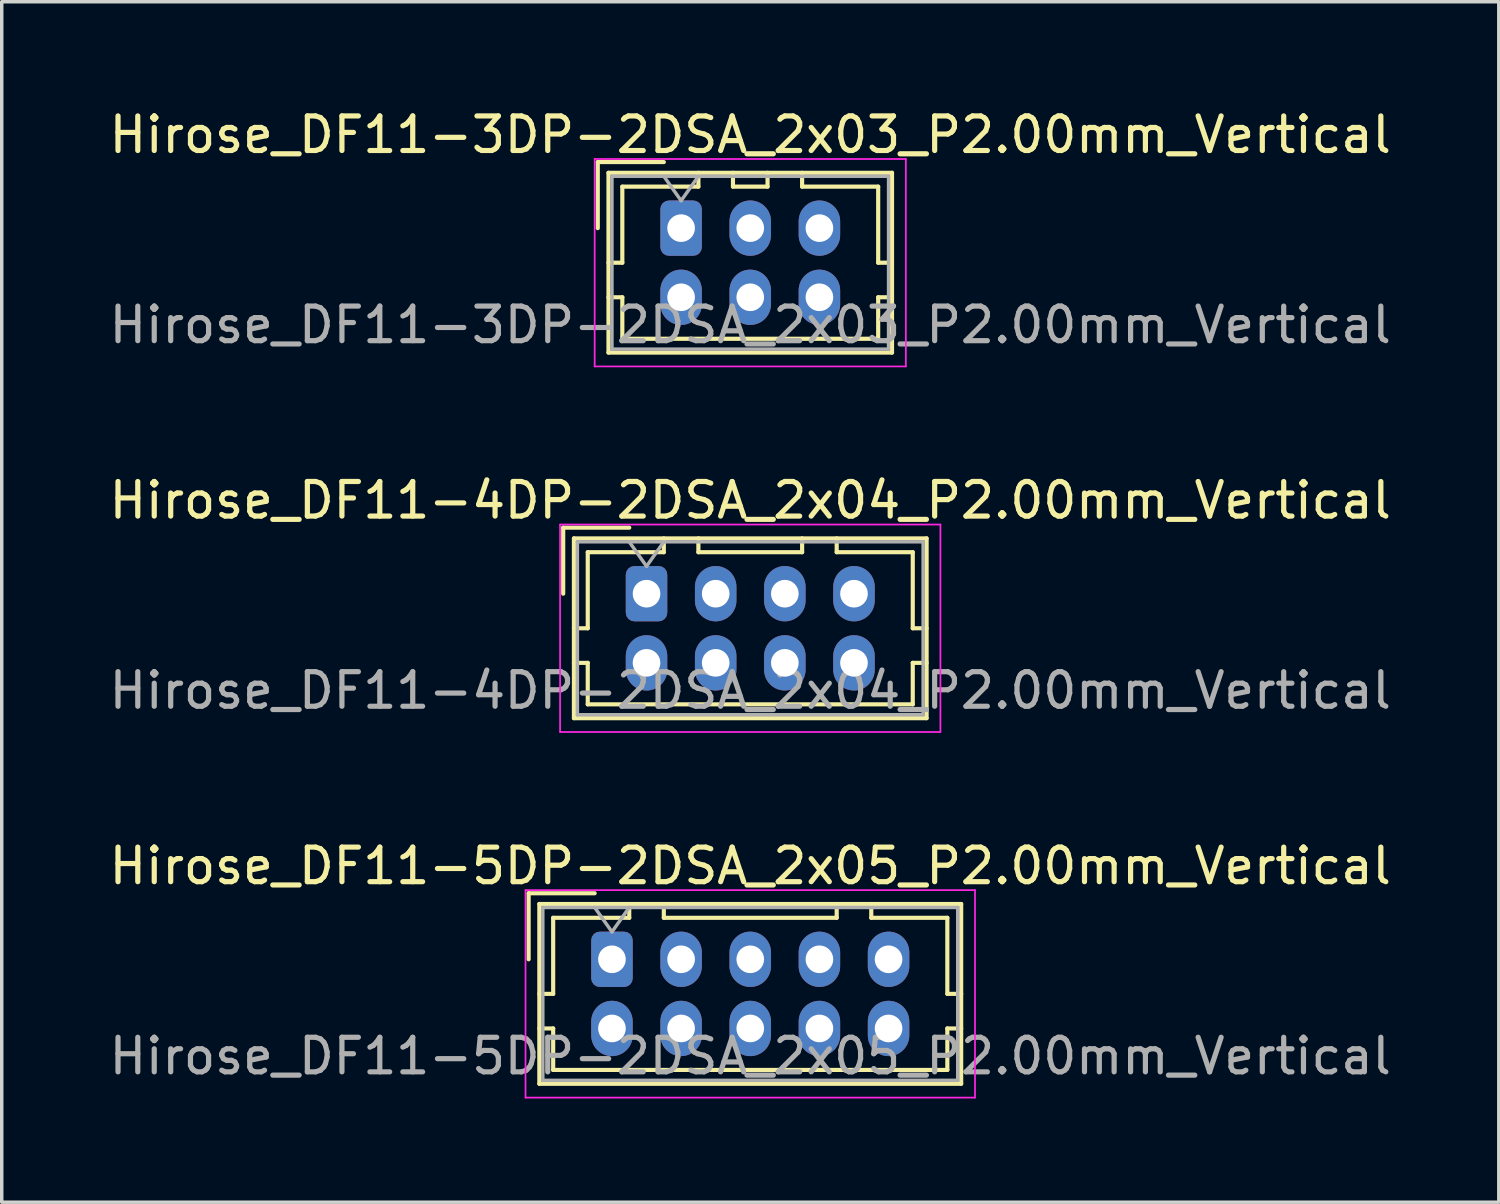
<source format=kicad_pcb>
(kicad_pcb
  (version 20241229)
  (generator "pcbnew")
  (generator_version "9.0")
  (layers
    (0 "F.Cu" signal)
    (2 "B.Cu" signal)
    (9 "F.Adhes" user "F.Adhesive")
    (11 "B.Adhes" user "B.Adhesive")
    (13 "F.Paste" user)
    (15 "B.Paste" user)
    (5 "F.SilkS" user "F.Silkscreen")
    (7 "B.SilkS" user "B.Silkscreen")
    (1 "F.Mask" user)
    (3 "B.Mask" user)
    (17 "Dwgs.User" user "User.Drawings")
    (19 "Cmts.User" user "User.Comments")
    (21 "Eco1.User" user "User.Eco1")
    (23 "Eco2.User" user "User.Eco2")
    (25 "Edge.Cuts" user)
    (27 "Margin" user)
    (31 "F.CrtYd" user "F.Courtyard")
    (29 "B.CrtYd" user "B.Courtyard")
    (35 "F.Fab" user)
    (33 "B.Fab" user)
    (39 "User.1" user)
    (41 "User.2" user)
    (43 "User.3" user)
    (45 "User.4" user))
  (footprint "Hirose_DF11-4DP-2DSA_2x04_P2.00mm_Vertical"
    (layer "F.Cu")
    (at 15.649 14.121)
    (property "Reference" "Hirose_DF11-4DP-2DSA_2x04_P2.00mm_Vertical" (at 3 -2.7 0) (layer "F.SilkS") (effects (font (size 1 1) (thickness 0.15))))
    (attr through_hole)
    (fp_line (start -2.41 -1.91) (end -0.5 -1.91) (stroke (width 0.12) (type solid)) (layer "F.SilkS"))
    (fp_line (start -2.41 0) (end -2.41 -1.91) (stroke (width 0.12) (type solid)) (layer "F.SilkS"))
    (fp_line (start -2.1 -1.6) (end -2.1 3.6) (stroke (width 0.12) (type solid)) (layer "F.SilkS"))
    (fp_line (start -2.1 1) (end -1.7 1) (stroke (width 0.12) (type solid)) (layer "F.SilkS"))
    (fp_line (start -2.1 2) (end -1.7 2) (stroke (width 0.12) (type solid)) (layer "F.SilkS"))
    (fp_line (start -2.1 3.6) (end 8.1 3.6) (stroke (width 0.12) (type solid)) (layer "F.SilkS"))
    (fp_line (start -1.7 -1.2) (end 0.5 -1.2) (stroke (width 0.12) (type solid)) (layer "F.SilkS"))
    (fp_line (start -1.7 1) (end -1.7 -1.2) (stroke (width 0.12) (type solid)) (layer "F.SilkS"))
    (fp_line (start -1.7 2) (end -1.7 3.2) (stroke (width 0.12) (type solid)) (layer "F.SilkS"))
    (fp_line (start -1.7 3.2) (end 7.7 3.2) (stroke (width 0.12) (type solid)) (layer "F.SilkS"))
    (fp_line (start 0.5 -1.2) (end 0.5 -1.6) (stroke (width 0.12) (type solid)) (layer "F.SilkS"))
    (fp_line (start 1.5 -1.6) (end 1.5 -1.2) (stroke (width 0.12) (type solid)) (layer "F.SilkS"))
    (fp_line (start 1.5 -1.2) (end 4.5 -1.2) (stroke (width 0.12) (type solid)) (layer "F.SilkS"))
    (fp_line (start 4.5 -1.2) (end 4.5 -1.6) (stroke (width 0.12) (type solid)) (layer "F.SilkS"))
    (fp_line (start 5.5 -1.2) (end 5.5 -1.6) (stroke (width 0.12) (type solid)) (layer "F.SilkS"))
    (fp_line (start 7.7 -1.2) (end 5.5 -1.2) (stroke (width 0.12) (type solid)) (layer "F.SilkS"))
    (fp_line (start 7.7 1) (end 7.7 -1.2) (stroke (width 0.12) (type solid)) (layer "F.SilkS"))
    (fp_line (start 7.7 2) (end 8.1 2) (stroke (width 0.12) (type solid)) (layer "F.SilkS"))
    (fp_line (start 7.7 3.2) (end 7.7 2) (stroke (width 0.12) (type solid)) (layer "F.SilkS"))
    (fp_line (start 8.1 -1.6) (end -2.1 -1.6) (stroke (width 0.12) (type solid)) (layer "F.SilkS"))
    (fp_line (start 8.1 1) (end 7.7 1) (stroke (width 0.12) (type solid)) (layer "F.SilkS"))
    (fp_line (start 8.1 3.6) (end 8.1 -1.6) (stroke (width 0.12) (type solid)) (layer "F.SilkS"))
    (fp_line (start -2.5 -2) (end -2.5 4) (stroke (width 0.05) (type solid)) (layer "F.CrtYd"))
    (fp_line (start -2.5 4) (end 8.5 4) (stroke (width 0.05) (type solid)) (layer "F.CrtYd"))
    (fp_line (start 8.5 -2) (end -2.5 -2) (stroke (width 0.05) (type solid)) (layer "F.CrtYd"))
    (fp_line (start 8.5 4) (end 8.5 -2) (stroke (width 0.05) (type solid)) (layer "F.CrtYd"))
    (fp_line (start -2 -1.5) (end -2 3.5) (stroke (width 0.1) (type solid)) (layer "F.Fab"))
    (fp_line (start -2 3.5) (end 8 3.5) (stroke (width 0.1) (type solid)) (layer "F.Fab"))
    (fp_line (start -0.5 -1.5) (end 0 -0.793) (stroke (width 0.1) (type solid)) (layer "F.Fab"))
    (fp_line (start 0 -0.793) (end 0.5 -1.5) (stroke (width 0.1) (type solid)) (layer "F.Fab"))
    (fp_line (start 8 -1.5) (end -2 -1.5) (stroke (width 0.1) (type solid)) (layer "F.Fab"))
    (fp_line (start 8 3.5) (end 8 -1.5) (stroke (width 0.1) (type solid)) (layer "F.Fab"))
    (fp_text user "${REFERENCE}" (at 3 2.8 0) (layer "F.Fab") (effects (font (size 1 1) (thickness 0.15))))
    (pad "1" thru_hole roundrect (at 0 0) (size 1.2 1.6) (drill 0.8) (layers "*.Cu" "*.Mask") (roundrect_rratio 0.208))
    (pad "2" thru_hole oval (at 0 2) (size 1.2 1.6) (drill 0.8) (layers "*.Cu" "*.Mask"))
    (pad "3" thru_hole oval (at 2 0) (size 1.2 1.6) (drill 0.8) (layers "*.Cu" "*.Mask"))
    (pad "4" thru_hole oval (at 2 2) (size 1.2 1.6) (drill 0.8) (layers "*.Cu" "*.Mask"))
    (pad "5" thru_hole oval (at 4 0) (size 1.2 1.6) (drill 0.8) (layers "*.Cu" "*.Mask"))
    (pad "6" thru_hole oval (at 4 2) (size 1.2 1.6) (drill 0.8) (layers "*.Cu" "*.Mask"))
    (pad "7" thru_hole oval (at 6 0) (size 1.2 1.6) (drill 0.8) (layers "*.Cu" "*.Mask"))
    (pad "8" thru_hole oval (at 6 2) (size 1.2 1.6) (drill 0.8) (layers "*.Cu" "*.Mask")))
  (footprint "Hirose_DF11-5DP-2DSA_2x05_P2.00mm_Vertical"
    (layer "F.Cu")
    (at 14.649 24.695)
    (property "Reference" "Hirose_DF11-5DP-2DSA_2x05_P2.00mm_Vertical" (at 4 -2.7 0) (layer "F.SilkS") (effects (font (size 1 1) (thickness 0.15))))
    (attr through_hole)
    (fp_line (start -2.41 -1.91) (end -0.5 -1.91) (stroke (width 0.12) (type solid)) (layer "F.SilkS"))
    (fp_line (start -2.41 0) (end -2.41 -1.91) (stroke (width 0.12) (type solid)) (layer "F.SilkS"))
    (fp_line (start -2.1 -1.6) (end -2.1 3.6) (stroke (width 0.12) (type solid)) (layer "F.SilkS"))
    (fp_line (start -2.1 1) (end -1.7 1) (stroke (width 0.12) (type solid)) (layer "F.SilkS"))
    (fp_line (start -2.1 2) (end -1.7 2) (stroke (width 0.12) (type solid)) (layer "F.SilkS"))
    (fp_line (start -2.1 3.6) (end 10.1 3.6) (stroke (width 0.12) (type solid)) (layer "F.SilkS"))
    (fp_line (start -1.7 -1.2) (end 0.5 -1.2) (stroke (width 0.12) (type solid)) (layer "F.SilkS"))
    (fp_line (start -1.7 1) (end -1.7 -1.2) (stroke (width 0.12) (type solid)) (layer "F.SilkS"))
    (fp_line (start -1.7 2) (end -1.7 3.2) (stroke (width 0.12) (type solid)) (layer "F.SilkS"))
    (fp_line (start -1.7 3.2) (end 9.7 3.2) (stroke (width 0.12) (type solid)) (layer "F.SilkS"))
    (fp_line (start 0.5 -1.2) (end 0.5 -1.6) (stroke (width 0.12) (type solid)) (layer "F.SilkS"))
    (fp_line (start 1.5 -1.6) (end 1.5 -1.2) (stroke (width 0.12) (type solid)) (layer "F.SilkS"))
    (fp_line (start 1.5 -1.2) (end 6.5 -1.2) (stroke (width 0.12) (type solid)) (layer "F.SilkS"))
    (fp_line (start 6.5 -1.2) (end 6.5 -1.6) (stroke (width 0.12) (type solid)) (layer "F.SilkS"))
    (fp_line (start 7.5 -1.2) (end 7.5 -1.6) (stroke (width 0.12) (type solid)) (layer "F.SilkS"))
    (fp_line (start 9.7 -1.2) (end 7.5 -1.2) (stroke (width 0.12) (type solid)) (layer "F.SilkS"))
    (fp_line (start 9.7 1) (end 9.7 -1.2) (stroke (width 0.12) (type solid)) (layer "F.SilkS"))
    (fp_line (start 9.7 2) (end 10.1 2) (stroke (width 0.12) (type solid)) (layer "F.SilkS"))
    (fp_line (start 9.7 3.2) (end 9.7 2) (stroke (width 0.12) (type solid)) (layer "F.SilkS"))
    (fp_line (start 10.1 -1.6) (end -2.1 -1.6) (stroke (width 0.12) (type solid)) (layer "F.SilkS"))
    (fp_line (start 10.1 1) (end 9.7 1) (stroke (width 0.12) (type solid)) (layer "F.SilkS"))
    (fp_line (start 10.1 3.6) (end 10.1 -1.6) (stroke (width 0.12) (type solid)) (layer "F.SilkS"))
    (fp_line (start -2.5 -2) (end -2.5 4) (stroke (width 0.05) (type solid)) (layer "F.CrtYd"))
    (fp_line (start -2.5 4) (end 10.5 4) (stroke (width 0.05) (type solid)) (layer "F.CrtYd"))
    (fp_line (start 10.5 -2) (end -2.5 -2) (stroke (width 0.05) (type solid)) (layer "F.CrtYd"))
    (fp_line (start 10.5 4) (end 10.5 -2) (stroke (width 0.05) (type solid)) (layer "F.CrtYd"))
    (fp_line (start -2 -1.5) (end -2 3.5) (stroke (width 0.1) (type solid)) (layer "F.Fab"))
    (fp_line (start -2 3.5) (end 10 3.5) (stroke (width 0.1) (type solid)) (layer "F.Fab"))
    (fp_line (start -0.5 -1.5) (end 0 -0.793) (stroke (width 0.1) (type solid)) (layer "F.Fab"))
    (fp_line (start 0 -0.793) (end 0.5 -1.5) (stroke (width 0.1) (type solid)) (layer "F.Fab"))
    (fp_line (start 10 -1.5) (end -2 -1.5) (stroke (width 0.1) (type solid)) (layer "F.Fab"))
    (fp_line (start 10 3.5) (end 10 -1.5) (stroke (width 0.1) (type solid)) (layer "F.Fab"))
    (fp_text user "${REFERENCE}" (at 4 2.8 0) (layer "F.Fab") (effects (font (size 1 1) (thickness 0.15))))
    (pad "1" thru_hole roundrect (at 0 0) (size 1.2 1.6) (drill 0.8) (layers "*.Cu" "*.Mask") (roundrect_rratio 0.208))
    (pad "2" thru_hole oval (at 0 2) (size 1.2 1.6) (drill 0.8) (layers "*.Cu" "*.Mask"))
    (pad "3" thru_hole oval (at 2 0) (size 1.2 1.6) (drill 0.8) (layers "*.Cu" "*.Mask"))
    (pad "4" thru_hole oval (at 2 2) (size 1.2 1.6) (drill 0.8) (layers "*.Cu" "*.Mask"))
    (pad "5" thru_hole oval (at 4 0) (size 1.2 1.6) (drill 0.8) (layers "*.Cu" "*.Mask"))
    (pad "6" thru_hole oval (at 4 2) (size 1.2 1.6) (drill 0.8) (layers "*.Cu" "*.Mask"))
    (pad "7" thru_hole oval (at 6 0) (size 1.2 1.6) (drill 0.8) (layers "*.Cu" "*.Mask"))
    (pad "8" thru_hole oval (at 6 2) (size 1.2 1.6) (drill 0.8) (layers "*.Cu" "*.Mask"))
    (pad "9" thru_hole oval (at 8 0) (size 1.2 1.6) (drill 0.8) (layers "*.Cu" "*.Mask"))
    (pad "10" thru_hole oval (at 8 2) (size 1.2 1.6) (drill 0.8) (layers "*.Cu" "*.Mask")))
  (footprint "Hirose_DF11-3DP-2DSA_2x03_P2.00mm_Vertical"
    (layer "F.Cu")
    (at 16.649 3.548)
    (property "Reference" "Hirose_DF11-3DP-2DSA_2x03_P2.00mm_Vertical" (at 2 -2.7 0) (layer "F.SilkS") (effects (font (size 1 1) (thickness 0.15))))
    (attr through_hole)
    (fp_line (start -2.41 -1.91) (end -0.5 -1.91) (stroke (width 0.12) (type solid)) (layer "F.SilkS"))
    (fp_line (start -2.41 0) (end -2.41 -1.91) (stroke (width 0.12) (type solid)) (layer "F.SilkS"))
    (fp_line (start -2.1 -1.6) (end -2.1 3.6) (stroke (width 0.12) (type solid)) (layer "F.SilkS"))
    (fp_line (start -2.1 1) (end -1.7 1) (stroke (width 0.12) (type solid)) (layer "F.SilkS"))
    (fp_line (start -2.1 2) (end -1.7 2) (stroke (width 0.12) (type solid)) (layer "F.SilkS"))
    (fp_line (start -2.1 3.6) (end 6.1 3.6) (stroke (width 0.12) (type solid)) (layer "F.SilkS"))
    (fp_line (start -1.7 -1.2) (end 0.5 -1.2) (stroke (width 0.12) (type solid)) (layer "F.SilkS"))
    (fp_line (start -1.7 1) (end -1.7 -1.2) (stroke (width 0.12) (type solid)) (layer "F.SilkS"))
    (fp_line (start -1.7 2) (end -1.7 3.2) (stroke (width 0.12) (type solid)) (layer "F.SilkS"))
    (fp_line (start -1.7 3.2) (end 5.7 3.2) (stroke (width 0.12) (type solid)) (layer "F.SilkS"))
    (fp_line (start 0.5 -1.2) (end 0.5 -1.6) (stroke (width 0.12) (type solid)) (layer "F.SilkS"))
    (fp_line (start 1.5 -1.6) (end 1.5 -1.2) (stroke (width 0.12) (type solid)) (layer "F.SilkS"))
    (fp_line (start 1.5 -1.2) (end 2.5 -1.2) (stroke (width 0.12) (type solid)) (layer "F.SilkS"))
    (fp_line (start 2.5 -1.2) (end 2.5 -1.6) (stroke (width 0.12) (type solid)) (layer "F.SilkS"))
    (fp_line (start 3.5 -1.2) (end 3.5 -1.6) (stroke (width 0.12) (type solid)) (layer "F.SilkS"))
    (fp_line (start 5.7 -1.2) (end 3.5 -1.2) (stroke (width 0.12) (type solid)) (layer "F.SilkS"))
    (fp_line (start 5.7 1) (end 5.7 -1.2) (stroke (width 0.12) (type solid)) (layer "F.SilkS"))
    (fp_line (start 5.7 2) (end 6.1 2) (stroke (width 0.12) (type solid)) (layer "F.SilkS"))
    (fp_line (start 5.7 3.2) (end 5.7 2) (stroke (width 0.12) (type solid)) (layer "F.SilkS"))
    (fp_line (start 6.1 -1.6) (end -2.1 -1.6) (stroke (width 0.12) (type solid)) (layer "F.SilkS"))
    (fp_line (start 6.1 1) (end 5.7 1) (stroke (width 0.12) (type solid)) (layer "F.SilkS"))
    (fp_line (start 6.1 3.6) (end 6.1 -1.6) (stroke (width 0.12) (type solid)) (layer "F.SilkS"))
    (fp_line (start -2.5 -2) (end -2.5 4) (stroke (width 0.05) (type solid)) (layer "F.CrtYd"))
    (fp_line (start -2.5 4) (end 6.5 4) (stroke (width 0.05) (type solid)) (layer "F.CrtYd"))
    (fp_line (start 6.5 -2) (end -2.5 -2) (stroke (width 0.05) (type solid)) (layer "F.CrtYd"))
    (fp_line (start 6.5 4) (end 6.5 -2) (stroke (width 0.05) (type solid)) (layer "F.CrtYd"))
    (fp_line (start -2 -1.5) (end -2 3.5) (stroke (width 0.1) (type solid)) (layer "F.Fab"))
    (fp_line (start -2 3.5) (end 6 3.5) (stroke (width 0.1) (type solid)) (layer "F.Fab"))
    (fp_line (start -0.5 -1.5) (end 0 -0.793) (stroke (width 0.1) (type solid)) (layer "F.Fab"))
    (fp_line (start 0 -0.793) (end 0.5 -1.5) (stroke (width 0.1) (type solid)) (layer "F.Fab"))
    (fp_line (start 6 -1.5) (end -2 -1.5) (stroke (width 0.1) (type solid)) (layer "F.Fab"))
    (fp_line (start 6 3.5) (end 6 -1.5) (stroke (width 0.1) (type solid)) (layer "F.Fab"))
    (fp_text user "${REFERENCE}" (at 2 2.8 0) (layer "F.Fab") (effects (font (size 1 1) (thickness 0.15))))
    (pad "1" thru_hole roundrect (at 0 0) (size 1.2 1.6) (drill 0.8) (layers "*.Cu" "*.Mask") (roundrect_rratio 0.208))
    (pad "2" thru_hole oval (at 0 2) (size 1.2 1.6) (drill 0.8) (layers "*.Cu" "*.Mask"))
    (pad "3" thru_hole oval (at 2 0) (size 1.2 1.6) (drill 0.8) (layers "*.Cu" "*.Mask"))
    (pad "4" thru_hole oval (at 2 2) (size 1.2 1.6) (drill 0.8) (layers "*.Cu" "*.Mask"))
    (pad "5" thru_hole oval (at 4 0) (size 1.2 1.6) (drill 0.8) (layers "*.Cu" "*.Mask"))
    (pad "6" thru_hole oval (at 4 2) (size 1.2 1.6) (drill 0.8) (layers "*.Cu" "*.Mask")))
  (gr_rect
    (start -3 -3)
    (end 40.298 31.72)
    (stroke (width 0.1) (type default))
    (fill no)
    (layer "Edge.Cuts")))
</source>
